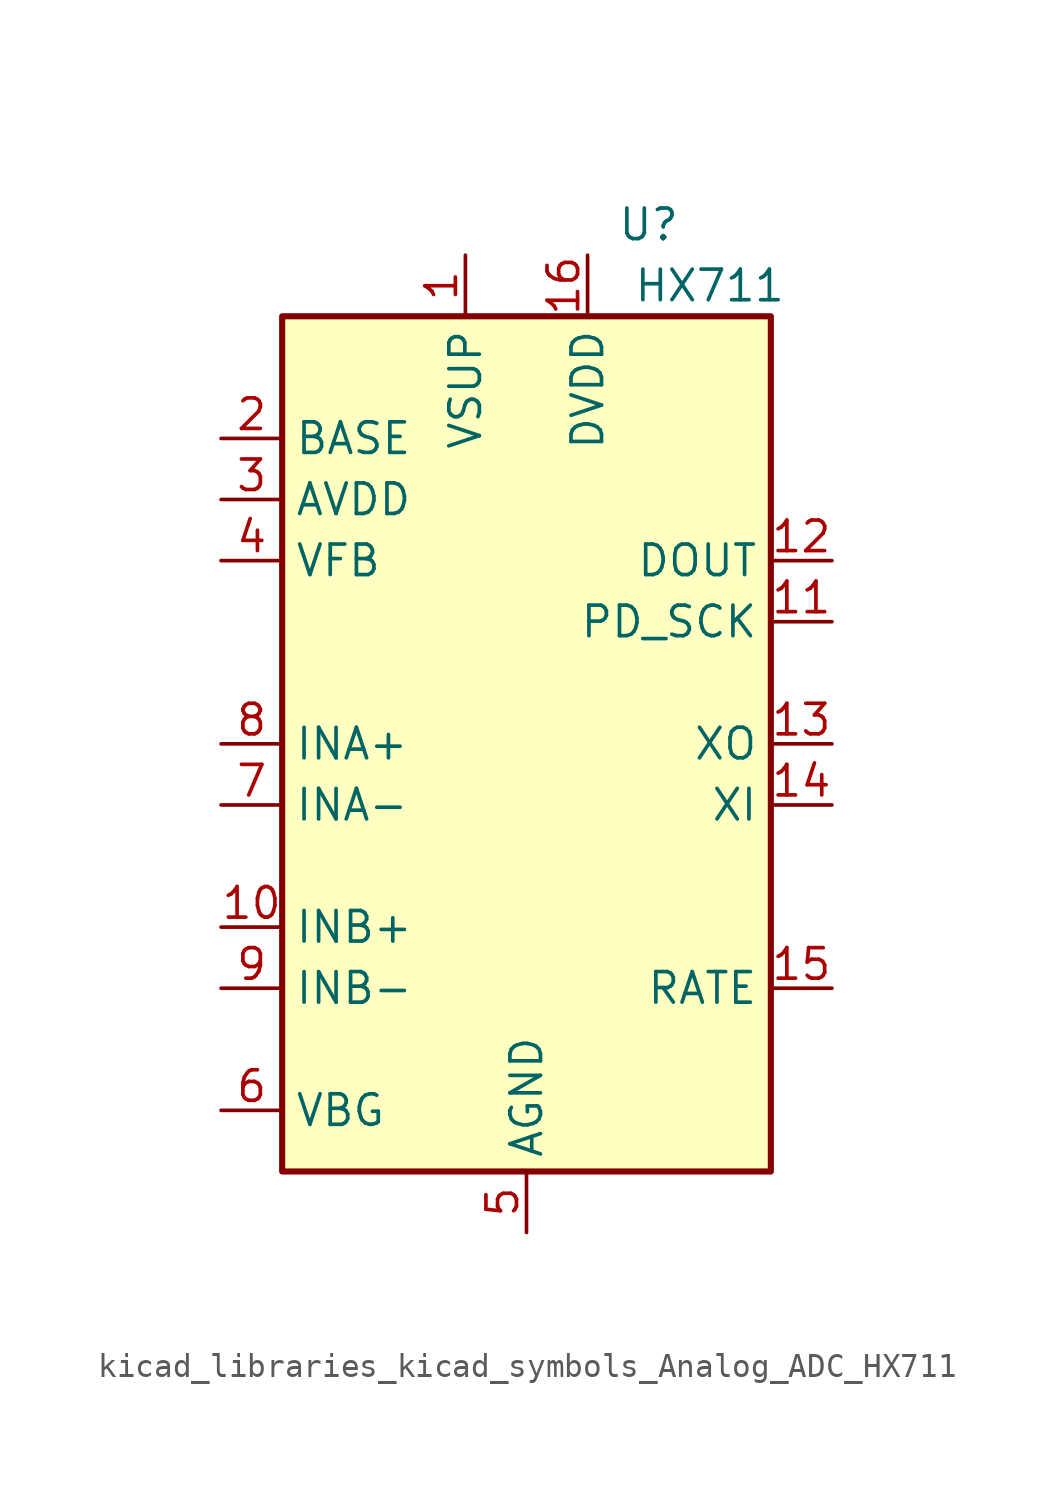
<source format=kicad_sym>
(kicad_symbol_lib
  (version 20220914)
  (generator kicad_symbol_editor)
  (symbol "kicad_libraries_kicad_symbols_Analog_ADC_HX711"
    (property "Reference" "U"
      (at 5.08 21.59 0)
      (effects (font (size 1.27 1.27))))
    (property "Value" "HX711"
      (at 7.62 19.05 0)
      (effects (font (size 1.27 1.27))))
    (symbol "kicad_libraries_kicad_symbols_Analog_ADC_HX711_0_1"
      (rectangle (start -10.16 17.78) (end 10.16 -17.78) (stroke (width 0.254) (type default)) (fill (type background))))
    (symbol "kicad_libraries_kicad_symbols_Analog_ADC_HX711_1_1"
      (pin power_in line (at -2.54 20.32 270) (length 2.54) (name "VSUP" (effects (font (size 1.27 1.27)))) (number "1" (effects (font (size 1.27 1.27)))))
      (pin input line (at -12.7 -7.62 0) (length 2.54) (name "INB+" (effects (font (size 1.27 1.27)))) (number "10" (effects (font (size 1.27 1.27)))))
      (pin input line (at 12.7 5.08 180) (length 2.54) (name "PD_SCK" (effects (font (size 1.27 1.27)))) (number "11" (effects (font (size 1.27 1.27)))))
      (pin output line (at 12.7 7.62 180) (length 2.54) (name "DOUT" (effects (font (size 1.27 1.27)))) (number "12" (effects (font (size 1.27 1.27)))))
      (pin passive line (at 12.7 0 180) (length 2.54) (name "XO" (effects (font (size 1.27 1.27)))) (number "13" (effects (font (size 1.27 1.27)))))
      (pin passive line (at 12.7 -2.54 180) (length 2.54) (name "XI" (effects (font (size 1.27 1.27)))) (number "14" (effects (font (size 1.27 1.27)))))
      (pin input line (at 12.7 -10.16 180) (length 2.54) (name "RATE" (effects (font (size 1.27 1.27)))) (number "15" (effects (font (size 1.27 1.27)))))
      (pin power_in line (at 2.54 20.32 270) (length 2.54) (name "DVDD" (effects (font (size 1.27 1.27)))) (number "16" (effects (font (size 1.27 1.27)))))
      (pin passive line (at -12.7 12.7 0) (length 2.54) (name "BASE" (effects (font (size 1.27 1.27)))) (number "2" (effects (font (size 1.27 1.27)))))
      (pin power_in line (at -12.7 10.16 0) (length 2.54) (name "AVDD" (effects (font (size 1.27 1.27)))) (number "3" (effects (font (size 1.27 1.27)))))
      (pin input line (at -12.7 7.62 0) (length 2.54) (name "VFB" (effects (font (size 1.27 1.27)))) (number "4" (effects (font (size 1.27 1.27)))))
      (pin power_in line (at 0 -20.32 90) (length 2.54) (name "AGND" (effects (font (size 1.27 1.27)))) (number "5" (effects (font (size 1.27 1.27)))))
      (pin passive line (at -12.7 -15.24 0) (length 2.54) (name "VBG" (effects (font (size 1.27 1.27)))) (number "6" (effects (font (size 1.27 1.27)))))
      (pin input line (at -12.7 -2.54 0) (length 2.54) (name "INA-" (effects (font (size 1.27 1.27)))) (number "7" (effects (font (size 1.27 1.27)))))
      (pin input line (at -12.7 0 0) (length 2.54) (name "INA+" (effects (font (size 1.27 1.27)))) (number "8" (effects (font (size 1.27 1.27)))))
      (pin input line (at -12.7 -10.16 0) (length 2.54) (name "INB-" (effects (font (size 1.27 1.27)))) (number "9" (effects (font (size 1.27 1.27))))))))
</source>
